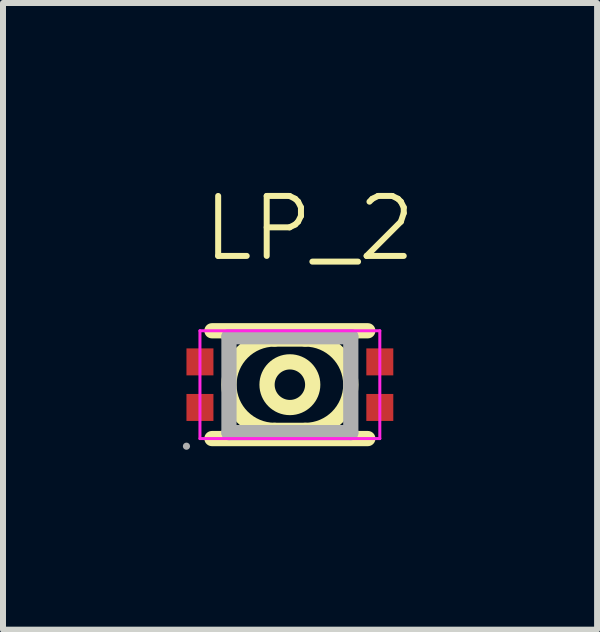
<source format=kicad_pcb>
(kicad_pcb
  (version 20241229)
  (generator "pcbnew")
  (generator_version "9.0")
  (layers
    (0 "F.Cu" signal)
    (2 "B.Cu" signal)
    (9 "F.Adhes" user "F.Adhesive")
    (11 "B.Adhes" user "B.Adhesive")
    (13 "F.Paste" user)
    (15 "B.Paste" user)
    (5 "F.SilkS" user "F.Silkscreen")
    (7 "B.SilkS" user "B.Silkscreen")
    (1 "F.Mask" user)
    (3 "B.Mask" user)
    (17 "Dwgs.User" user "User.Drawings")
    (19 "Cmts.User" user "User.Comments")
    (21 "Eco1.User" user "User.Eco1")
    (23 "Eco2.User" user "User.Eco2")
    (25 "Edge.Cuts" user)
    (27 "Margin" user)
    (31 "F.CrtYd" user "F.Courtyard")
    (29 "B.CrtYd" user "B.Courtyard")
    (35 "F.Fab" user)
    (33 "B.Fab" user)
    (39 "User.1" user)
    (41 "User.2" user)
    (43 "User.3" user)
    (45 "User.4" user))
  (footprint "LP_2"
    (layer "F.Cu")
    (at 1.785 3.366)
    (property "Reference" "LP_2" (at -1.5 -2.605 0) (layer "F.SilkS") (effects (font (size 1 1) (thickness 0.1)) (justify left)))
    (fp_line (start -1.3 -0.899) (end 1.3 -0.899) (stroke (width 0.254) (type solid)) (layer "F.SilkS"))
    (fp_line (start -0.254 -0.761) (end 0.254 -0.761) (stroke (width 0.254) (type solid)) (layer "F.SilkS"))
    (fp_line (start -0.254 0.762) (end 0.254 0.762) (stroke (width 0.254) (type solid)) (layer "F.SilkS"))
    (fp_line (start 1.3 0.899) (end -1.3 0.899) (stroke (width 0.254) (type solid)) (layer "F.SilkS"))
    (fp_arc (start -0.254 0.7625) (mid -1.016 0.0005) (end -0.254 -0.7615) (stroke (width 0.254) (type solid)) (layer "F.SilkS"))
    (fp_arc (start 0.254 -0.7615) (mid 1.016 0.0005) (end 0.254 0.7625) (stroke (width 0.254) (type solid)) (layer "F.SilkS"))
    (fp_arc (start 0.381 0.0005) (mid -0.381 0.0005) (end 0.381 0.0005) (stroke (width 0.254) (type solid)) (layer "F.SilkS"))
    (fp_line (start -1.5 -0.899) (end -1.5 0.899) (stroke (width 0.05) (type solid)) (layer "F.CrtYd"))
    (fp_line (start -1.5 0.899) (end 1.5 0.899) (stroke (width 0.05) (type solid)) (layer "F.CrtYd"))
    (fp_line (start 1.5 -0.899) (end -1.5 -0.899) (stroke (width 0.05) (type solid)) (layer "F.CrtYd"))
    (fp_line (start 1.5 0.899) (end 1.5 -0.899) (stroke (width 0.05) (type solid)) (layer "F.CrtYd"))
    (fp_line (start -1.016 -0.8) (end 1.016 -0.8) (stroke (width 0.254) (type solid)) (layer "F.Fab"))
    (fp_line (start -1.016 0.8) (end -1.016 -0.8) (stroke (width 0.254) (type solid)) (layer "F.Fab"))
    (fp_line (start 1.016 -0.8) (end 1.016 0.8) (stroke (width 0.254) (type solid)) (layer "F.Fab"))
    (fp_line (start 1.016 0.8) (end -1.016 0.8) (stroke (width 0.254) (type solid)) (layer "F.Fab"))
    (fp_arc (start -1.695 1.0265) (mid -1.755 1.0265) (end -1.695 1.0265) (stroke (width 0.06) (type solid)) (layer "F.Fab"))
    (pad "A" smd rect (at -1.5 -0.38) (size 0.45 0.45) (layers "F.Cu" "F.Mask" "F.Paste"))
    (pad "A1" smd rect (at -1.5 0.38) (size 0.45 0.45) (layers "F.Cu" "F.Mask" "F.Paste"))
    (pad "B" smd rect (at 1.5 -0.38) (size 0.45 0.45) (layers "F.Cu" "F.Mask" "F.Paste"))
    (pad "B1" smd rect (at 1.5 0.38) (size 0.45 0.45) (layers "F.Cu" "F.Mask" "F.Paste")))
  (gr_rect
    (start -3 -3)
    (end 6.909 7.452)
    (stroke (width 0.1) (type default))
    (fill no)
    (layer "Edge.Cuts")))
</source>
